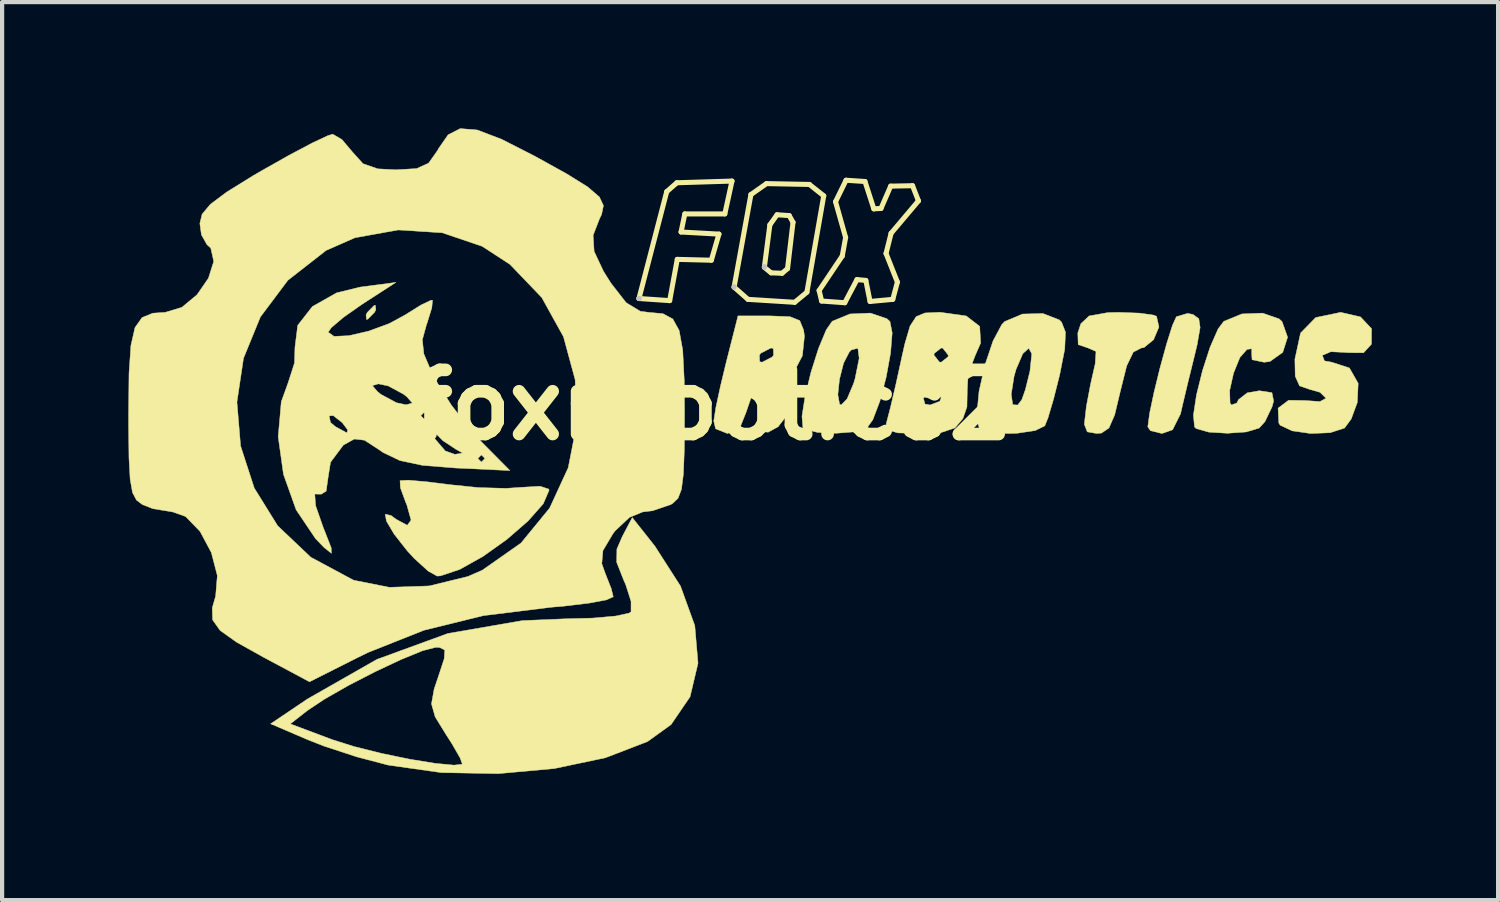
<source format=kicad_pcb>
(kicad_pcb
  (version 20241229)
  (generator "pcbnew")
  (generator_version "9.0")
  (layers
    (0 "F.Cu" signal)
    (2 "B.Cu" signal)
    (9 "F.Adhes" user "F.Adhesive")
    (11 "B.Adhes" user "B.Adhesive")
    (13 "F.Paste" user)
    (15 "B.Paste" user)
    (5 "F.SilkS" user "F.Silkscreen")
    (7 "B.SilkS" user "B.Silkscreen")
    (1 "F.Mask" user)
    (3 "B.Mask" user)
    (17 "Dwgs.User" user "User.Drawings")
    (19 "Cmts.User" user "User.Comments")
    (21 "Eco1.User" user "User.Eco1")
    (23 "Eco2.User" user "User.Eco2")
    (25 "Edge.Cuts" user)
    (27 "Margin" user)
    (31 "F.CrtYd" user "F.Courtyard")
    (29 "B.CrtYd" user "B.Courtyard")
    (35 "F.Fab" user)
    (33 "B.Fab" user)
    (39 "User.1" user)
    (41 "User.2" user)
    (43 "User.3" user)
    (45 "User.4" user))
  (footprint "foxrobotics2"
    (layer "F.Cu")
    (at 13.89 6.572)
    (property "Reference" "foxrobotics2" (at 0 0 0) (layer "F.SilkS") (effects (font (size 1.524 1.524) (thickness 0.3))))
    (attr through_hole)
    (fp_line (start -1.76 -2.53) (end -1.1 -5.07) (stroke (width 0.12) (type solid)) (layer "F.SilkS"))
    (fp_line (start -1.1 -5.07) (end -0.86 -5.28) (stroke (width 0.12) (type solid)) (layer "F.SilkS"))
    (fp_line (start -1.03 -2.48) (end -1.76 -2.53) (stroke (width 0.12) (type solid)) (layer "F.SilkS"))
    (fp_line (start -0.86 -5.28) (end 0.45 -5.32) (stroke (width 0.12) (type solid)) (layer "F.SilkS"))
    (fp_line (start -0.85 -3.46) (end -1.03 -2.48) (stroke (width 0.12) (type solid)) (layer "F.SilkS"))
    (fp_line (start -0.76 -4.11) (end 0.14 -4.06) (stroke (width 0.12) (type solid)) (layer "F.SilkS"))
    (fp_line (start -0.67 -4.54) (end -0.76 -4.11) (stroke (width 0.12) (type solid)) (layer "F.SilkS"))
    (fp_line (start -0.04 -3.44) (end -0.85 -3.46) (stroke (width 0.12) (type solid)) (layer "F.SilkS"))
    (fp_line (start 0.14 -4.06) (end -0.04 -3.44) (stroke (width 0.12) (type solid)) (layer "F.SilkS"))
    (fp_line (start 0.28 -4.54) (end -0.67 -4.54) (stroke (width 0.12) (type solid)) (layer "F.SilkS"))
    (fp_line (start 0.45 -5.32) (end 0.28 -4.54) (stroke (width 0.12) (type solid)) (layer "F.SilkS"))
    (fp_line (start 0.5 -2.8) (end 0.9 -5) (stroke (width 0.12) (type solid)) (layer "F.SilkS"))
    (fp_line (start 0.83 -2.51) (end 0.5 -2.8) (stroke (width 0.12) (type solid)) (layer "F.SilkS"))
    (fp_line (start 0.9 -5) (end 1.27 -5.26) (stroke (width 0.12) (type solid)) (layer "F.SilkS"))
    (fp_line (start 1.22 -3.28) (end 1.35 -4.28) (stroke (width 0.12) (type solid)) (layer "F.SilkS"))
    (fp_line (start 1.27 -5.26) (end 2.29 -5.24) (stroke (width 0.12) (type solid)) (layer "F.SilkS"))
    (fp_line (start 1.35 -4.28) (end 1.52 -4.52) (stroke (width 0.12) (type solid)) (layer "F.SilkS"))
    (fp_line (start 1.38 -3.14) (end 1.22 -3.27) (stroke (width 0.12) (type solid)) (layer "F.SilkS"))
    (fp_line (start 1.52 -4.52) (end 1.81 -4.5) (stroke (width 0.12) (type solid)) (layer "F.SilkS"))
    (fp_line (start 1.64 -3.13) (end 1.38 -3.14) (stroke (width 0.12) (type solid)) (layer "F.SilkS"))
    (fp_line (start 1.77 -3.24) (end 1.64 -3.13) (stroke (width 0.12) (type solid)) (layer "F.SilkS"))
    (fp_line (start 1.81 -4.5) (end 1.9 -4.34) (stroke (width 0.12) (type solid)) (layer "F.SilkS"))
    (fp_line (start 1.9 -4.34) (end 1.77 -3.24) (stroke (width 0.12) (type solid)) (layer "F.SilkS"))
    (fp_line (start 1.94 -2.44) (end 0.83 -2.51) (stroke (width 0.12) (type solid)) (layer "F.SilkS"))
    (fp_line (start 2.23 -2.68) (end 1.94 -2.44) (stroke (width 0.12) (type solid)) (layer "F.SilkS"))
    (fp_line (start 2.29 -5.24) (end 2.63 -4.97) (stroke (width 0.12) (type solid)) (layer "F.SilkS"))
    (fp_line (start 2.52 -2.72) (end 3.07 -3.54) (stroke (width 0.12) (type solid)) (layer "F.SilkS"))
    (fp_line (start 2.58 -2.47) (end 2.52 -2.72) (stroke (width 0.12) (type solid)) (layer "F.SilkS"))
    (fp_line (start 2.63 -4.97) (end 2.23 -2.68) (stroke (width 0.12) (type solid)) (layer "F.SilkS"))
    (fp_line (start 2.91 -4.83) (end 3.16 -5.34) (stroke (width 0.12) (type solid)) (layer "F.SilkS"))
    (fp_line (start 3.07 -3.54) (end 3.15 -3.98) (stroke (width 0.12) (type solid)) (layer "F.SilkS"))
    (fp_line (start 3.13 -2.43) (end 2.58 -2.47) (stroke (width 0.12) (type solid)) (layer "F.SilkS"))
    (fp_line (start 3.15 -3.98) (end 2.91 -4.83) (stroke (width 0.12) (type solid)) (layer "F.SilkS"))
    (fp_line (start 3.16 -5.34) (end 3.61 -5.31) (stroke (width 0.12) (type solid)) (layer "F.SilkS"))
    (fp_line (start 3.42 -2.98) (end 3.13 -2.43) (stroke (width 0.12) (type solid)) (layer "F.SilkS"))
    (fp_line (start 3.61 -5.31) (end 3.82 -4.66) (stroke (width 0.12) (type solid)) (layer "F.SilkS"))
    (fp_line (start 3.63 -2.96) (end 3.42 -2.98) (stroke (width 0.12) (type solid)) (layer "F.SilkS"))
    (fp_line (start 3.73 -2.46) (end 3.63 -2.96) (stroke (width 0.12) (type solid)) (layer "F.SilkS"))
    (fp_line (start 3.82 -4.66) (end 3.99 -4.67) (stroke (width 0.12) (type solid)) (layer "F.SilkS"))
    (fp_line (start 3.99 -4.67) (end 4.22 -5.2) (stroke (width 0.12) (type solid)) (layer "F.SilkS"))
    (fp_line (start 4.11 -3.6) (end 4.38 -2.92) (stroke (width 0.12) (type solid)) (layer "F.SilkS"))
    (fp_line (start 4.22 -5.2) (end 4.74 -5.21) (stroke (width 0.12) (type solid)) (layer "F.SilkS"))
    (fp_line (start 4.23 -4.08) (end 4.11 -3.6) (stroke (width 0.12) (type solid)) (layer "F.SilkS"))
    (fp_line (start 4.27 -2.51) (end 3.73 -2.46) (stroke (width 0.12) (type solid)) (layer "F.SilkS"))
    (fp_line (start 4.38 -2.92) (end 4.27 -2.51) (stroke (width 0.12) (type solid)) (layer "F.SilkS"))
    (fp_line (start 4.74 -5.21) (end 4.88 -4.85) (stroke (width 0.12) (type solid)) (layer "F.SilkS"))
    (fp_line (start 4.88 -4.85) (end 4.23 -4.08) (stroke (width 0.12) (type solid)) (layer "F.SilkS"))
    (fp_poly (pts (xy -8.012 -2.261) (xy -8.043 -2.201) (xy -8.203 -2.04) (xy -8.233 -2.032) (xy -8.244 -2.141) (xy -8.213 -2.201) (xy -8.053 -2.363) (xy -8.023 -2.371) (xy -8.012 -2.261)) (stroke (width 0.01) (type solid)) (fill yes) (layer "F.SilkS"))
    (fp_poly (pts (xy 11.405 -2.15) (xy 11.541 -2.05) (xy 11.572 -1.841) (xy 11.501 -1.434) (xy 11.434 -1.153) (xy 11.285 -0.547) (xy 11.155 -0.002) (xy 11.106 0.212) (xy 10.917 0.589) (xy 10.665 0.677) (xy 10.391 0.61) (xy 10.329 0.519) (xy 10.371 0.201) (xy 10.477 -0.303) (xy 10.621 -0.89) (xy 10.776 -1.454) (xy 10.914 -1.892) (xy 11.007 -2.097) (xy 11.274 -2.177) (xy 11.405 -2.15)) (stroke (width 0.01) (type solid)) (fill yes) (layer "F.SilkS"))
    (fp_poly (pts (xy 10.133 -2.183) (xy 10.467 -2.136) (xy 10.537 -2.107) (xy 10.593 -1.853) (xy 10.466 -1.551) (xy 10.237 -1.364) (xy 10.174 -1.355) (xy 9.984 -1.257) (xy 9.827 -0.929) (xy 9.679 -0.339) (xy 9.542 0.235) (xy 9.406 0.546) (xy 9.23 0.666) (xy 9.116 0.677) (xy 8.891 0.638) (xy 8.821 0.459) (xy 8.868 0.045) (xy 8.868 0.042) (xy 8.968 -0.49) (xy 9.07 -0.94) (xy 9.079 -0.974) (xy 9.098 -1.273) (xy 8.91 -1.355) (xy 8.675 -1.435) (xy 8.666 -1.711) (xy 8.739 -1.933) (xy 8.935 -2.116) (xy 9.378 -2.195) (xy 9.642 -2.201) (xy 10.133 -2.183)) (stroke (width 0.01) (type solid)) (fill yes) (layer "F.SilkS"))
    (fp_poly (pts (xy -6.816 1.822) (xy -6.265 1.891) (xy -5.575 1.962) (xy -4.916 1.98) (xy -4.53 1.954) (xy -4.109 1.93) (xy -3.902 1.998) (xy -3.895 2.024) (xy -4.033 2.346) (xy -4.395 2.756) (xy -4.9 3.194) (xy -5.467 3.598) (xy -6.018 3.906) (xy -6.472 4.058) (xy -6.555 4.064) (xy -6.767 3.946) (xy -7.095 3.648) (xy -7.264 3.465) (xy -7.577 3.067) (xy -7.759 2.758) (xy -7.789 2.593) (xy -7.648 2.626) (xy -7.531 2.713) (xy -7.264 2.858) (xy -7.174 2.734) (xy -7.276 2.368) (xy -7.303 2.307) (xy -7.427 1.968) (xy -7.436 1.797) (xy -7.245 1.786) (xy -6.816 1.822)) (stroke (width 0.01) (type solid)) (fill yes) (layer "F.SilkS"))
    (fp_poly (pts (xy 15.382 -2.093) (xy 15.645 -1.813) (xy 15.642 -1.445) (xy 15.455 -1.241) (xy 15.075 -1.244) (xy 15.053 -1.248) (xy 14.677 -1.266) (xy 14.475 -1.18) (xy 14.526 -1.048) (xy 14.701 -1.016) (xy 15.119 -0.88) (xy 15.327 -0.515) (xy 15.306 -0.059) (xy 15.161 0.333) (xy 15.002 0.548) (xy 14.66 0.658) (xy 14.199 0.677) (xy 13.759 0.614) (xy 13.475 0.481) (xy 13.442 0.431) (xy 13.424 0.074) (xy 13.674 -0.113) (xy 14.075 -0.106) (xy 14.419 -0.082) (xy 14.563 -0.161) (xy 14.563 -0.162) (xy 14.419 -0.302) (xy 14.182 -0.369) (xy 13.933 -0.455) (xy 13.831 -0.684) (xy 13.823 -1.088) (xy 13.958 -1.71) (xy 14.317 -2.078) (xy 14.907 -2.201) (xy 14.913 -2.201) (xy 15.382 -2.093)) (stroke (width 0.01) (type solid)) (fill yes) (layer "F.SilkS"))
    (fp_poly (pts (xy 4.13 -2.051) (xy 4.203 -1.984) (xy 4.256 -1.714) (xy 4.218 -1.236) (xy 4.113 -0.66) (xy 3.965 -0.095) (xy 3.797 0.348) (xy 3.655 0.548) (xy 3.361 0.637) (xy 2.922 0.671) (xy 2.48 0.65) (xy 2.18 0.576) (xy 2.135 0.537) (xy 2.113 0.268) (xy 2.187 -0.207) (xy 2.196 -0.244) (xy 2.965 -0.244) (xy 3.006 -0.02) (xy 3.044 0) (xy 3.185 -0.146) (xy 3.339 -0.51) (xy 3.374 -0.625) (xy 3.472 -1.111) (xy 3.441 -1.349) (xy 3.287 -1.309) (xy 3.237 -1.259) (xy 3.101 -0.994) (xy 3.004 -0.612) (xy 2.965 -0.244) (xy 2.196 -0.244) (xy 2.327 -0.78) (xy 2.505 -1.342) (xy 2.689 -1.785) (xy 2.831 -1.99) (xy 3.252 -2.163) (xy 3.738 -2.184) (xy 4.13 -2.051)) (stroke (width 0.01) (type solid)) (fill yes) (layer "F.SilkS"))
    (fp_poly (pts (xy 8.225 -2.023) (xy 8.28 -1.969) (xy 8.373 -1.731) (xy 8.355 -1.323) (xy 8.234 -0.712) (xy 8.09 -0.141) (xy 7.959 0.302) (xy 7.882 0.495) (xy 7.657 0.606) (xy 7.225 0.671) (xy 7.017 0.677) (xy 6.551 0.66) (xy 6.332 0.571) (xy 6.268 0.36) (xy 6.265 0.244) (xy 6.313 -0.253) (xy 7.084 -0.253) (xy 7.12 -0.007) (xy 7.239 0.000493) (xy 7.336 -0.127) (xy 7.421 -0.368) (xy 7.523 -0.778) (xy 7.529 -0.804) (xy 7.573 -1.216) (xy 7.5 -1.349) (xy 7.359 -1.22) (xy 7.198 -0.844) (xy 7.151 -0.677) (xy 7.084 -0.253) (xy 6.313 -0.253) (xy 6.32 -0.326) (xy 6.461 -0.954) (xy 6.652 -1.522) (xy 6.86 -1.912) (xy 6.93 -1.984) (xy 7.352 -2.161) (xy 7.838 -2.174) (xy 8.225 -2.023)) (stroke (width 0.01) (type solid)) (fill yes) (layer "F.SilkS"))
    (fp_poly (pts (xy 13.449 -2.046) (xy 13.519 -1.981) (xy 13.65 -1.611) (xy 13.535 -1.251) (xy 13.231 -1.034) (xy 13.094 -1.016) (xy 12.806 -1.075) (xy 12.798 -1.207) (xy 12.797 -1.337) (xy 12.686 -1.322) (xy 12.516 -1.128) (xy 12.365 -0.754) (xy 12.274 -0.346) (xy 12.283 -0.048) (xy 12.313 -0.001) (xy 12.443 -0.046) (xy 12.483 -0.127) (xy 12.691 -0.289) (xy 12.98 -0.339) (xy 13.278 -0.293) (xy 13.318 -0.093) (xy 13.281 0.042) (xy 13.112 0.395) (xy 12.974 0.548) (xy 12.667 0.64) (xy 12.221 0.671) (xy 11.777 0.644) (xy 11.479 0.56) (xy 11.439 0.522) (xy 11.412 0.243) (xy 11.485 -0.238) (xy 11.627 -0.813) (xy 11.808 -1.373) (xy 11.998 -1.806) (xy 12.134 -1.988) (xy 12.565 -2.164) (xy 13.056 -2.183) (xy 13.449 -2.046)) (stroke (width 0.01) (type solid)) (fill yes) (layer "F.SilkS"))
    (fp_poly (pts (xy 1.827 -2.099) (xy 2.06 -2.006) (xy 2.152 -1.781) (xy 2.172 -1.636) (xy 2.122 -1.168) (xy 1.962 -0.863) (xy 1.803 -0.559) (xy 1.858 -0.411) (xy 1.916 -0.148) (xy 1.788 0.205) (xy 1.546 0.516) (xy 1.31 0.646) (xy 1.118 0.629) (xy 1.085 0.416) (xy 1.124 0.181) (xy 1.151 -0.191) (xy 1.06 -0.339) (xy 1.058 -0.339) (xy 0.91 -0.192) (xy 0.789 0.161) (xy 0.787 0.169) (xy 0.63 0.56) (xy 0.343 0.677) (xy 0.343 0.677) (xy 0.061 0.565) (xy 0.017 0.381) (xy 0.065 0.07) (xy 0.177 -0.451) (xy 0.313 -1.016) (xy 0.356 -1.185) (xy 1.101 -1.185) (xy 1.108 -1.029) (xy 1.165 -1.016) (xy 1.405 -1.14) (xy 1.439 -1.185) (xy 1.432 -1.342) (xy 1.375 -1.355) (xy 1.135 -1.231) (xy 1.101 -1.185) (xy 0.356 -1.185) (xy 0.593 -2.117) (xy 1.355 -2.117) (xy 1.827 -2.099)) (stroke (width 0.01) (type solid)) (fill yes) (layer "F.SilkS"))
    (fp_poly (pts (xy 6.015 -2.116) (xy 6.335 -1.869) (xy 6.358 -1.473) (xy 6.229 -1.177) (xy 6.06 -0.741) (xy 6.04 -0.366) (xy 6.04 -0.366) (xy 6.032 0.045) (xy 5.936 0.321) (xy 5.749 0.543) (xy 5.432 0.65) (xy 4.893 0.677) (xy 4.391 0.662) (xy 4.155 0.595) (xy 4.114 0.451) (xy 4.131 0.381) (xy 4.218 0.046) (xy 4.268 -0.169) (xy 4.995 -0.169) (xy 5.034 -0.024) (xy 5.155 0) (xy 5.386 -0.088) (xy 5.419 -0.169) (xy 5.297 -0.334) (xy 5.259 -0.339) (xy 5.03 -0.216) (xy 4.995 -0.169) (xy 4.268 -0.169) (xy 4.339 -0.47) (xy 4.403 -0.762) (xy 4.496 -1.185) (xy 5.249 -1.185) (xy 5.378 -1.021) (xy 5.419 -1.016) (xy 5.583 -1.145) (xy 5.588 -1.185) (xy 5.459 -1.35) (xy 5.419 -1.355) (xy 5.254 -1.226) (xy 5.249 -1.185) (xy 4.496 -1.185) (xy 4.556 -1.453) (xy 4.681 -1.877) (xy 4.826 -2.1) (xy 5.034 -2.187) (xy 5.35 -2.201) (xy 5.409 -2.201) (xy 6.015 -2.116)) (stroke (width 0.01) (type solid)) (fill yes) (layer "F.SilkS"))
    (fp_poly (pts (xy -1.381 3.354) (xy -0.773 4.302) (xy -0.433 5.243) (xy -0.357 6.135) (xy -0.546 6.932) (xy -0.996 7.591) (xy -1.557 7.996) (xy -2.557 8.381) (xy -3.773 8.637) (xy -5.107 8.758) (xy -6.458 8.733) (xy -7.721 8.554) (xy -8.467 8.358) (xy -9.244 8.103) (xy -9.631 7.951) (xy -10.504 7.576) (xy -10.043 7.576) (xy -9.043 7.951) (xy -8.523 8.115) (xy -7.882 8.275) (xy -7.212 8.414) (xy -6.604 8.513) (xy -6.152 8.556) (xy -5.956 8.533) (xy -6.008 8.386) (xy -6.201 8.051) (xy -6.34 7.834) (xy -6.601 7.41) (xy -6.689 7.101) (xy -6.626 6.748) (xy -6.53 6.464) (xy -6.387 6.028) (xy -6.373 5.822) (xy -6.495 5.76) (xy -6.589 5.757) (xy -6.897 5.836) (xy -7.406 6.044) (xy -8.026 6.335) (xy -8.666 6.665) (xy -9.235 6.99) (xy -9.636 7.258) (xy -10.043 7.576) (xy -10.504 7.576) (xy -10.51 7.574) (xy -9.635 6.984) (xy -7.987 6.044) (xy -6.301 5.428) (xy -4.531 5.122) (xy -3.53 5.08) (xy -2.855 5.062) (xy -2.315 5.014) (xy -1.996 4.945) (xy -1.948 4.913) (xy -1.948 4.664) (xy -2.077 4.261) (xy -2.121 4.164) (xy -2.289 3.737) (xy -2.284 3.421) (xy -2.158 3.129) (xy -1.919 2.674) (xy -1.381 3.354)) (stroke (width 0.01) (type solid)) (fill yes) (layer "F.SilkS"))
    (fp_poly (pts (xy -8.34 -2.392) (xy -8.778 -2.085) (xy -9.07 -1.837) (xy -9.144 -1.731) (xy -9.005 -1.631) (xy -8.653 -1.647) (xy -8.183 -1.755) (xy -7.693 -1.935) (xy -7.316 -2.14) (xy -6.94 -2.375) (xy -6.7 -2.489) (xy -6.665 -2.488) (xy -6.681 -2.31) (xy -6.792 -1.95) (xy -6.808 -1.909) (xy -6.906 -1.55) (xy -6.871 -1.215) (xy -6.681 -0.769) (xy -6.593 -0.597) (xy -6.216 0.004) (xy -5.733 0.625) (xy -5.503 0.874) (xy -4.826 1.557) (xy -6.128 1.496) (xy -6.904 1.433) (xy -7.441 1.319) (xy -7.542 1.27) (xy -5.588 1.27) (xy -5.503 1.355) (xy -5.419 1.27) (xy -5.503 1.185) (xy -5.588 1.27) (xy -7.542 1.27) (xy -7.839 1.128) (xy -7.926 1.067) (xy -8.281 0.836) (xy -8.523 0.808) (xy -8.783 0.952) (xy -9.088 1.361) (xy -9.144 1.713) (xy -9.191 2.046) (xy -9.31 2.119) (xy -9.313 2.117) (xy -9.462 2.116) (xy -9.442 2.391) (xy -9.257 2.921) (xy -9.237 2.969) (xy -9.072 3.391) (xy -9.066 3.524) (xy -9.24 3.386) (xy -9.445 3.173) (xy -9.905 2.489) (xy -10.206 1.645) (xy -10.331 0.752) (xy -10.287 0.259) (xy -9.121 0.259) (xy -9.088 0.415) (xy -8.97 0.515) (xy -8.697 0.662) (xy -8.68 0.591) (xy -8.718 0.54) (xy -6.71 0.54) (xy -6.68 0.651) (xy -6.607 0.804) (xy -6.361 1.092) (xy -6.132 1.172) (xy -5.949 1.142) (xy -6.092 1.061) (xy -6.096 1.06) (xy -6.417 0.848) (xy -6.571 0.692) (xy -6.71 0.54) (xy -8.718 0.54) (xy -8.809 0.419) (xy -9.02 0.254) (xy -6.943 0.254) (xy -6.858 0.339) (xy -6.773 0.254) (xy -6.858 0.169) (xy -6.943 0.254) (xy -9.02 0.254) (xy -9.024 0.25) (xy -9.121 0.259) (xy -10.287 0.259) (xy -10.258 -0.077) (xy -10.119 -0.461) (xy -8.095 -0.461) (xy -7.967 -0.313) (xy -7.884 -0.249) (xy -7.521 -0.054) (xy -7.291 -0.005) (xy -7.145 -0.047) (xy -7.273 -0.195) (xy -7.356 -0.259) (xy -7.719 -0.454) (xy -7.949 -0.503) (xy -8.095 -0.461) (xy -10.119 -0.461) (xy -10.094 -0.531) (xy -9.944 -0.998) (xy -9.932 -1.378) (xy -9.867 -1.893) (xy -9.519 -2.339) (xy -8.943 -2.665) (xy -8.382 -2.802) (xy -7.535 -2.913) (xy -8.34 -2.392)) (stroke (width 0.01) (type solid)) (fill yes) (layer "F.SilkS"))
    (fp_poly (pts (xy -5.601 -6.534) (xy -5.026 -6.315) (xy -4.233 -5.911) (xy -3.474 -5.491) (xy -2.977 -5.181) (xy -2.701 -4.944) (xy -2.604 -4.739) (xy -2.647 -4.528) (xy -2.693 -4.434) (xy -2.849 -4.032) (xy -2.825 -3.649) (xy -2.602 -3.176) (xy -2.425 -2.894) (xy -2.064 -2.431) (xy -1.728 -2.227) (xy -1.528 -2.201) (xy -1.191 -2.17) (xy -0.956 -2.044) (xy -0.805 -1.771) (xy -0.72 -1.301) (xy -0.684 -0.583) (xy -0.677 0.197) (xy -0.682 1.056) (xy -0.704 1.637) (xy -0.75 2.003) (xy -0.832 2.216) (xy -0.958 2.337) (xy -1.005 2.365) (xy -1.436 2.512) (xy -1.671 2.54) (xy -1.986 2.67) (xy -2.326 2.989) (xy -2.38 3.061) (xy -2.616 3.459) (xy -2.643 3.77) (xy -2.561 4.001) (xy -2.419 4.359) (xy -2.371 4.555) (xy -2.527 4.628) (xy -2.945 4.707) (xy -3.547 4.779) (xy -3.841 4.804) (xy -5.457 5.004) (xy -6.87 5.352) (xy -8.196 5.879) (xy -8.462 6.009) (xy -9.587 6.576) (xy -10.667 5.999) (xy -11.319 5.635) (xy -11.711 5.356) (xy -11.889 5.105) (xy -11.898 4.822) (xy -11.817 4.54) (xy -11.777 4.053) (xy -11.919 3.506) (xy -12.187 3.004) (xy -12.531 2.649) (xy -12.838 2.54) (xy -13.307 2.463) (xy -13.558 2.365) (xy -13.698 2.259) (xy -13.792 2.08) (xy -13.848 1.765) (xy -13.876 1.254) (xy -13.885 0.484) (xy -13.885 0.197) (xy -13.882 -0.071) (xy -11.311 -0.071) (xy -11.224 0.974) (xy -10.9 1.972) (xy -10.343 2.87) (xy -9.557 3.616) (xy -8.547 4.158) (xy -8.53 4.164) (xy -7.692 4.331) (xy -6.741 4.298) (xy -5.825 4.074) (xy -5.483 3.925) (xy -4.562 3.279) (xy -3.882 2.449) (xy -3.44 1.489) (xy -3.238 0.454) (xy -3.276 -0.601) (xy -3.553 -1.622) (xy -4.069 -2.553) (xy -4.824 -3.34) (xy -5.482 -3.769) (xy -6.432 -4.092) (xy -7.481 -4.159) (xy -8.51 -3.973) (xy -9.193 -3.672) (xy -10.101 -2.963) (xy -10.754 -2.092) (xy -11.155 -1.111) (xy -11.311 -0.071) (xy -13.882 -0.071) (xy -13.875 -0.752) (xy -13.83 -1.414) (xy -13.733 -1.84) (xy -13.565 -2.078) (xy -13.308 -2.182) (xy -13.016 -2.201) (xy -12.619 -2.321) (xy -12.259 -2.62) (xy -11.988 -3.013) (xy -11.862 -3.412) (xy -11.933 -3.729) (xy -12.023 -3.81) (xy -12.155 -4.044) (xy -12.192 -4.315) (xy -12.138 -4.535) (xy -11.942 -4.769) (xy -11.555 -5.059) (xy -10.929 -5.447) (xy -10.71 -5.574) (xy -10.067 -5.937) (xy -9.524 -6.224) (xy -9.152 -6.399) (xy -9.036 -6.435) (xy -8.815 -6.306) (xy -8.567 -6.011) (xy -8.316 -5.733) (xy -7.965 -5.611) (xy -7.536 -5.588) (xy -7.043 -5.617) (xy -6.757 -5.747) (xy -6.547 -6.044) (xy -6.519 -6.096) (xy -6.294 -6.42) (xy -6.006 -6.567) (xy -5.601 -6.534)) (stroke (width 0.01) (type solid)) (fill yes) (layer "F.SilkS"))
    (fp_line (start -1.76 -2.53) (end -1.75 -2.53) (stroke (width 0.12) (type solid)) (layer "Dwgs.User"))
    (fp_line (start 0.5 -2.8) (end 0.5 -2.81) (stroke (width 0.12) (type solid)) (layer "Dwgs.User"))
    (fp_line (start 1.22 -3.27) (end 1.22 -3.29) (stroke (width 0.12) (type solid)) (layer "Dwgs.User")))
  (gr_rect
    (start -3 -3)
    (end 32.541 18.335)
    (stroke (width 0.1) (type default))
    (fill no)
    (layer "Edge.Cuts")))
</source>
